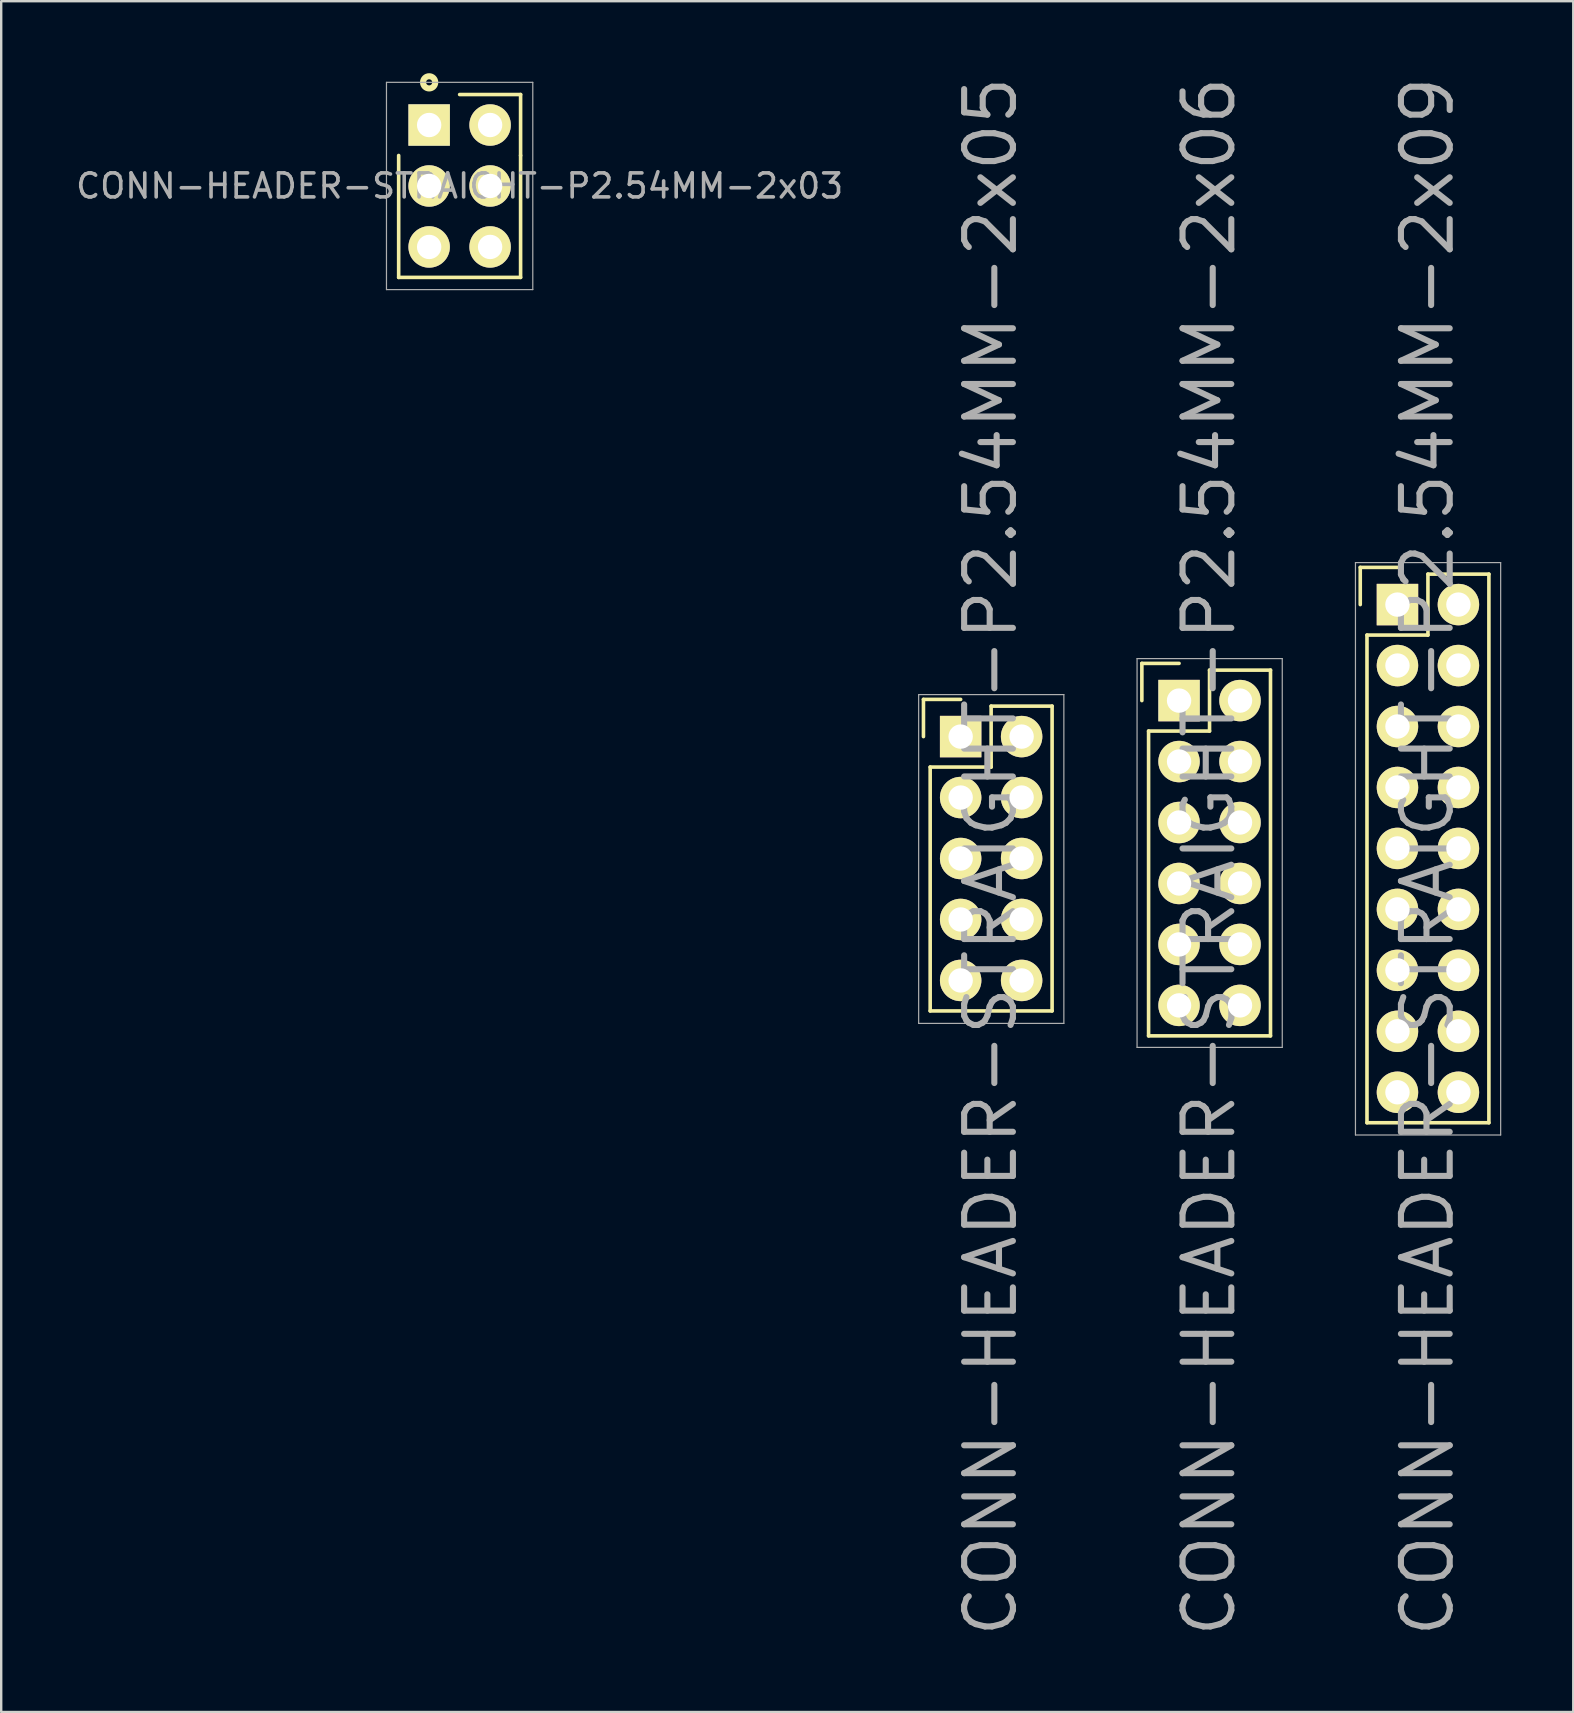
<source format=kicad_pcb>
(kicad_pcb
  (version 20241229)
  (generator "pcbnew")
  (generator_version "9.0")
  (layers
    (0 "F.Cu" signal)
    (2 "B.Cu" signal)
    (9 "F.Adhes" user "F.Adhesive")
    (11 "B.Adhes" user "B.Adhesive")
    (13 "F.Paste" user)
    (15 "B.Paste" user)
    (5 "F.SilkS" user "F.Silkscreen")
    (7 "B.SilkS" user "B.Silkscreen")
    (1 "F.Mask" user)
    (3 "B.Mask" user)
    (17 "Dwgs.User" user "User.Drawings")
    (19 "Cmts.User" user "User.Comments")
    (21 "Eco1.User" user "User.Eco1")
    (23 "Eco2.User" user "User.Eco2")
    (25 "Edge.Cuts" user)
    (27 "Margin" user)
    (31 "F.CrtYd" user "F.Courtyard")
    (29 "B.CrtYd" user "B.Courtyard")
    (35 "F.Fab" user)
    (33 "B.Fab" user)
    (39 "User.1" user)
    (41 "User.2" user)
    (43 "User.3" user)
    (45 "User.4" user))
  (footprint "CONN-HEADER-STRAIGHT-P2.54MM-2x09"
    (layer "F.Cu")
    (at 55.177 22.141)
    (property "Reference" "CONN-HEADER-STRAIGHT-P2.54MM-2x09" (at 1.25 10.5 90) (layer "F.Fab") (effects (font (size 2.032 2.032) (thickness 0.254))))
    (attr through_hole)
    (fp_line (start -1.55 -1.55) (end -1.55 0) (stroke (width 0.15) (type solid)) (layer "F.SilkS"))
    (fp_line (start -1.27 1.27) (end -1.27 21.59) (stroke (width 0.15) (type solid)) (layer "F.SilkS"))
    (fp_line (start 0 -1.55) (end -1.55 -1.55) (stroke (width 0.15) (type solid)) (layer "F.SilkS"))
    (fp_line (start 1.27 -1.27) (end 1.27 1.27) (stroke (width 0.15) (type solid)) (layer "F.SilkS"))
    (fp_line (start 1.27 1.27) (end -1.27 1.27) (stroke (width 0.15) (type solid)) (layer "F.SilkS"))
    (fp_line (start 3.81 -1.27) (end 1.27 -1.27) (stroke (width 0.15) (type solid)) (layer "F.SilkS"))
    (fp_line (start 3.81 21.59) (end -1.27 21.59) (stroke (width 0.15) (type solid)) (layer "F.SilkS"))
    (fp_line (start 3.81 21.59) (end 3.81 -1.27) (stroke (width 0.15) (type solid)) (layer "F.SilkS"))
    (fp_line (start -1.75 -1.75) (end -1.75 22.1) (stroke (width 0.05) (type solid)) (layer "F.Fab"))
    (fp_line (start -1.75 -1.75) (end 4.3 -1.75) (stroke (width 0.05) (type solid)) (layer "F.Fab"))
    (fp_line (start -1.75 22.1) (end 4.3 22.1) (stroke (width 0.05) (type solid)) (layer "F.Fab"))
    (fp_line (start 4.3 -1.75) (end 4.3 22.1) (stroke (width 0.05) (type solid)) (layer "F.Fab"))
    (pad "1" thru_hole rect (at 0 0) (size 1.727 1.727) (drill 1.016) (layers "*.Cu" "*.Mask" "F.SilkS"))
    (pad "2" thru_hole oval (at 2.54 0) (size 1.727 1.727) (drill 1.016) (layers "*.Cu" "*.Mask" "F.SilkS"))
    (pad "3" thru_hole oval (at 0 2.54) (size 1.727 1.727) (drill 1.016) (layers "*.Cu" "*.Mask" "F.SilkS"))
    (pad "4" thru_hole oval (at 2.54 2.54) (size 1.727 1.727) (drill 1.016) (layers "*.Cu" "*.Mask" "F.SilkS"))
    (pad "5" thru_hole oval (at 0 5.08) (size 1.727 1.727) (drill 1.016) (layers "*.Cu" "*.Mask" "F.SilkS"))
    (pad "6" thru_hole oval (at 2.54 5.08) (size 1.727 1.727) (drill 1.016) (layers "*.Cu" "*.Mask" "F.SilkS"))
    (pad "7" thru_hole oval (at 0 7.62) (size 1.727 1.727) (drill 1.016) (layers "*.Cu" "*.Mask" "F.SilkS"))
    (pad "8" thru_hole oval (at 2.54 7.62) (size 1.727 1.727) (drill 1.016) (layers "*.Cu" "*.Mask" "F.SilkS"))
    (pad "9" thru_hole oval (at 0 10.16) (size 1.727 1.727) (drill 1.016) (layers "*.Cu" "*.Mask" "F.SilkS"))
    (pad "10" thru_hole oval (at 2.54 10.16) (size 1.727 1.727) (drill 1.016) (layers "*.Cu" "*.Mask" "F.SilkS"))
    (pad "11" thru_hole oval (at 0 12.7) (size 1.727 1.727) (drill 1.016) (layers "*.Cu" "*.Mask" "F.SilkS"))
    (pad "12" thru_hole oval (at 2.54 12.7) (size 1.727 1.727) (drill 1.016) (layers "*.Cu" "*.Mask" "F.SilkS"))
    (pad "13" thru_hole oval (at 0 15.24) (size 1.727 1.727) (drill 1.016) (layers "*.Cu" "*.Mask" "F.SilkS"))
    (pad "14" thru_hole oval (at 2.54 15.24) (size 1.727 1.727) (drill 1.016) (layers "*.Cu" "*.Mask" "F.SilkS"))
    (pad "15" thru_hole oval (at 0 17.78) (size 1.727 1.727) (drill 1.016) (layers "*.Cu" "*.Mask" "F.SilkS"))
    (pad "16" thru_hole oval (at 2.54 17.78) (size 1.727 1.727) (drill 1.016) (layers "*.Cu" "*.Mask" "F.SilkS"))
    (pad "17" thru_hole oval (at 0 20.32) (size 1.727 1.727) (drill 1.016) (layers "*.Cu" "*.Mask" "F.SilkS"))
    (pad "18" thru_hole oval (at 2.54 20.32) (size 1.727 1.727) (drill 1.016) (layers "*.Cu" "*.Mask" "F.SilkS")))
  (footprint "CONN-HEADER-STRAIGHT-P2.54MM-2x03"
    (layer "F.Cu")
    (at 14.831 2.159)
    (property "Reference" "CONN-HEADER-STRAIGHT-P2.54MM-2x03" (at 1.27 2.54 0) (layer "F.Fab") (effects (font (size 1 1) (thickness 0.15))))
    (attr through_hole)
    (fp_line (start -1.27 1.27) (end -1.27 6.35) (stroke (width 0.15) (type solid)) (layer "F.SilkS"))
    (fp_line (start -1.27 6.35) (end 3.81 6.35) (stroke (width 0.15) (type solid)) (layer "F.SilkS"))
    (fp_line (start 3.81 -1.27) (end 1.27 -1.27) (stroke (width 0.15) (type solid)) (layer "F.SilkS"))
    (fp_line (start 3.81 1.27) (end 3.81 -1.27) (stroke (width 0.15) (type solid)) (layer "F.SilkS"))
    (fp_line (start 3.81 6.35) (end 3.81 1.27) (stroke (width 0.15) (type solid)) (layer "F.SilkS"))
    (fp_circle (center 0 -1.778) (end 0.254 -1.778) (stroke (width 0.254) (type solid)) (fill no) (layer "F.SilkS"))
    (fp_line (start -1.778 -1.778) (end -1.778 6.858) (stroke (width 0.05) (type solid)) (layer "F.Fab"))
    (fp_line (start -1.778 6.858) (end 4.318 6.858) (stroke (width 0.05) (type solid)) (layer "F.Fab"))
    (fp_line (start 4.318 -1.778) (end -1.778 -1.778) (stroke (width 0.05) (type solid)) (layer "F.Fab"))
    (fp_line (start 4.318 6.858) (end 4.318 -1.778) (stroke (width 0.05) (type solid)) (layer "F.Fab"))
    (fp_circle (center 0 0) (end 0 0.254) (stroke (width 0.2) (type solid)) (fill no) (layer "F.Fab"))
    (pad "1" thru_hole rect (at 0 0) (size 1.727 1.727) (drill 1.016) (layers "*.Cu" "*.Mask" "F.SilkS"))
    (pad "2" thru_hole oval (at 2.54 0) (size 1.727 1.727) (drill 1.016) (layers "*.Cu" "*.Mask" "F.SilkS"))
    (pad "3" thru_hole oval (at 0 2.54) (size 1.727 1.727) (drill 1.016) (layers "*.Cu" "*.Mask" "F.SilkS"))
    (pad "4" thru_hole oval (at 2.54 2.54) (size 1.727 1.727) (drill 1.016) (layers "*.Cu" "*.Mask" "F.SilkS"))
    (pad "5" thru_hole oval (at 0 5.08) (size 1.727 1.727) (drill 1.016) (layers "*.Cu" "*.Mask" "F.SilkS"))
    (pad "6" thru_hole oval (at 2.54 5.08) (size 1.727 1.727) (drill 1.016) (layers "*.Cu" "*.Mask" "F.SilkS")))
  (footprint "CONN-HEADER-STRAIGHT-P2.54MM-2x05"
    (layer "F.Cu")
    (at 36.977 27.641)
    (property "Reference" "CONN-HEADER-STRAIGHT-P2.54MM-2x05" (at 1.25 5 90) (layer "F.Fab") (effects (font (size 2.032 2.032) (thickness 0.254))))
    (attr through_hole)
    (fp_line (start -1.55 -1.55) (end -1.55 0) (stroke (width 0.15) (type solid)) (layer "F.SilkS"))
    (fp_line (start -1.27 11.43) (end -1.27 1.27) (stroke (width 0.15) (type solid)) (layer "F.SilkS"))
    (fp_line (start 0 -1.55) (end -1.55 -1.55) (stroke (width 0.15) (type solid)) (layer "F.SilkS"))
    (fp_line (start 1.27 -1.27) (end 1.27 1.27) (stroke (width 0.15) (type solid)) (layer "F.SilkS"))
    (fp_line (start 1.27 1.27) (end -1.27 1.27) (stroke (width 0.15) (type solid)) (layer "F.SilkS"))
    (fp_line (start 3.81 -1.27) (end 1.27 -1.27) (stroke (width 0.15) (type solid)) (layer "F.SilkS"))
    (fp_line (start 3.81 -1.27) (end 3.81 11.43) (stroke (width 0.15) (type solid)) (layer "F.SilkS"))
    (fp_line (start 3.81 11.43) (end -1.27 11.43) (stroke (width 0.15) (type solid)) (layer "F.SilkS"))
    (fp_line (start -1.75 -1.75) (end -1.75 11.95) (stroke (width 0.05) (type solid)) (layer "F.Fab"))
    (fp_line (start -1.75 -1.75) (end 4.3 -1.75) (stroke (width 0.05) (type solid)) (layer "F.Fab"))
    (fp_line (start -1.75 11.95) (end 4.3 11.95) (stroke (width 0.05) (type solid)) (layer "F.Fab"))
    (fp_line (start 4.3 -1.75) (end 4.3 11.95) (stroke (width 0.05) (type solid)) (layer "F.Fab"))
    (pad "1" thru_hole rect (at 0 0) (size 1.727 1.727) (drill 1.016) (layers "*.Cu" "*.Mask" "F.SilkS"))
    (pad "2" thru_hole oval (at 2.54 0) (size 1.727 1.727) (drill 1.016) (layers "*.Cu" "*.Mask" "F.SilkS"))
    (pad "3" thru_hole oval (at 0 2.54) (size 1.727 1.727) (drill 1.016) (layers "*.Cu" "*.Mask" "F.SilkS"))
    (pad "4" thru_hole oval (at 2.54 2.54) (size 1.727 1.727) (drill 1.016) (layers "*.Cu" "*.Mask" "F.SilkS"))
    (pad "5" thru_hole oval (at 0 5.08) (size 1.727 1.727) (drill 1.016) (layers "*.Cu" "*.Mask" "F.SilkS"))
    (pad "6" thru_hole oval (at 2.54 5.08) (size 1.727 1.727) (drill 1.016) (layers "*.Cu" "*.Mask" "F.SilkS"))
    (pad "7" thru_hole oval (at 0 7.62) (size 1.727 1.727) (drill 1.016) (layers "*.Cu" "*.Mask" "F.SilkS"))
    (pad "8" thru_hole oval (at 2.54 7.62) (size 1.727 1.727) (drill 1.016) (layers "*.Cu" "*.Mask" "F.SilkS"))
    (pad "9" thru_hole oval (at 0 10.16) (size 1.727 1.727) (drill 1.016) (layers "*.Cu" "*.Mask" "F.SilkS"))
    (pad "10" thru_hole oval (at 2.54 10.16) (size 1.727 1.727) (drill 1.016) (layers "*.Cu" "*.Mask" "F.SilkS")))
  (footprint "CONN-HEADER-STRAIGHT-P2.54MM-2x06"
    (layer "F.Cu")
    (at 46.077 26.141)
    (property "Reference" "CONN-HEADER-STRAIGHT-P2.54MM-2x06" (at 1.25 6.5 90) (layer "F.Fab") (effects (font (size 2.032 2.032) (thickness 0.254))))
    (attr through_hole)
    (fp_line (start -1.55 -1.55) (end -1.55 0) (stroke (width 0.15) (type solid)) (layer "F.SilkS"))
    (fp_line (start -1.27 1.27) (end -1.27 13.97) (stroke (width 0.15) (type solid)) (layer "F.SilkS"))
    (fp_line (start 0 -1.55) (end -1.55 -1.55) (stroke (width 0.15) (type solid)) (layer "F.SilkS"))
    (fp_line (start 1.27 -1.27) (end 1.27 1.27) (stroke (width 0.15) (type solid)) (layer "F.SilkS"))
    (fp_line (start 1.27 1.27) (end -1.27 1.27) (stroke (width 0.15) (type solid)) (layer "F.SilkS"))
    (fp_line (start 3.81 -1.27) (end 1.27 -1.27) (stroke (width 0.15) (type solid)) (layer "F.SilkS"))
    (fp_line (start 3.81 13.97) (end -1.27 13.97) (stroke (width 0.15) (type solid)) (layer "F.SilkS"))
    (fp_line (start 3.81 13.97) (end 3.81 -1.27) (stroke (width 0.15) (type solid)) (layer "F.SilkS"))
    (fp_line (start -1.75 -1.75) (end -1.75 14.45) (stroke (width 0.05) (type solid)) (layer "F.Fab"))
    (fp_line (start -1.75 -1.75) (end 4.3 -1.75) (stroke (width 0.05) (type solid)) (layer "F.Fab"))
    (fp_line (start -1.75 14.45) (end 4.3 14.45) (stroke (width 0.05) (type solid)) (layer "F.Fab"))
    (fp_line (start 4.3 -1.75) (end 4.3 14.45) (stroke (width 0.05) (type solid)) (layer "F.Fab"))
    (pad "1" thru_hole rect (at 0 0) (size 1.727 1.727) (drill 1.016) (layers "*.Cu" "*.Mask" "F.SilkS"))
    (pad "2" thru_hole oval (at 2.54 0) (size 1.727 1.727) (drill 1.016) (layers "*.Cu" "*.Mask" "F.SilkS"))
    (pad "3" thru_hole oval (at 0 2.54) (size 1.727 1.727) (drill 1.016) (layers "*.Cu" "*.Mask" "F.SilkS"))
    (pad "4" thru_hole oval (at 2.54 2.54) (size 1.727 1.727) (drill 1.016) (layers "*.Cu" "*.Mask" "F.SilkS"))
    (pad "5" thru_hole oval (at 0 5.08) (size 1.727 1.727) (drill 1.016) (layers "*.Cu" "*.Mask" "F.SilkS"))
    (pad "6" thru_hole oval (at 2.54 5.08) (size 1.727 1.727) (drill 1.016) (layers "*.Cu" "*.Mask" "F.SilkS"))
    (pad "7" thru_hole oval (at 0 7.62) (size 1.727 1.727) (drill 1.016) (layers "*.Cu" "*.Mask" "F.SilkS"))
    (pad "8" thru_hole oval (at 2.54 7.62) (size 1.727 1.727) (drill 1.016) (layers "*.Cu" "*.Mask" "F.SilkS"))
    (pad "9" thru_hole oval (at 0 10.16) (size 1.727 1.727) (drill 1.016) (layers "*.Cu" "*.Mask" "F.SilkS"))
    (pad "10" thru_hole oval (at 2.54 10.16) (size 1.727 1.727) (drill 1.016) (layers "*.Cu" "*.Mask" "F.SilkS"))
    (pad "11" thru_hole oval (at 0 12.7) (size 1.727 1.727) (drill 1.016) (layers "*.Cu" "*.Mask" "F.SilkS"))
    (pad "12" thru_hole oval (at 2.54 12.7) (size 1.727 1.727) (drill 1.016) (layers "*.Cu" "*.Mask" "F.SilkS")))
  (gr_rect
    (start -3 -3)
    (end 62.502 68.283)
    (stroke (width 0.1) (type default))
    (fill no)
    (layer "Edge.Cuts")))
</source>
